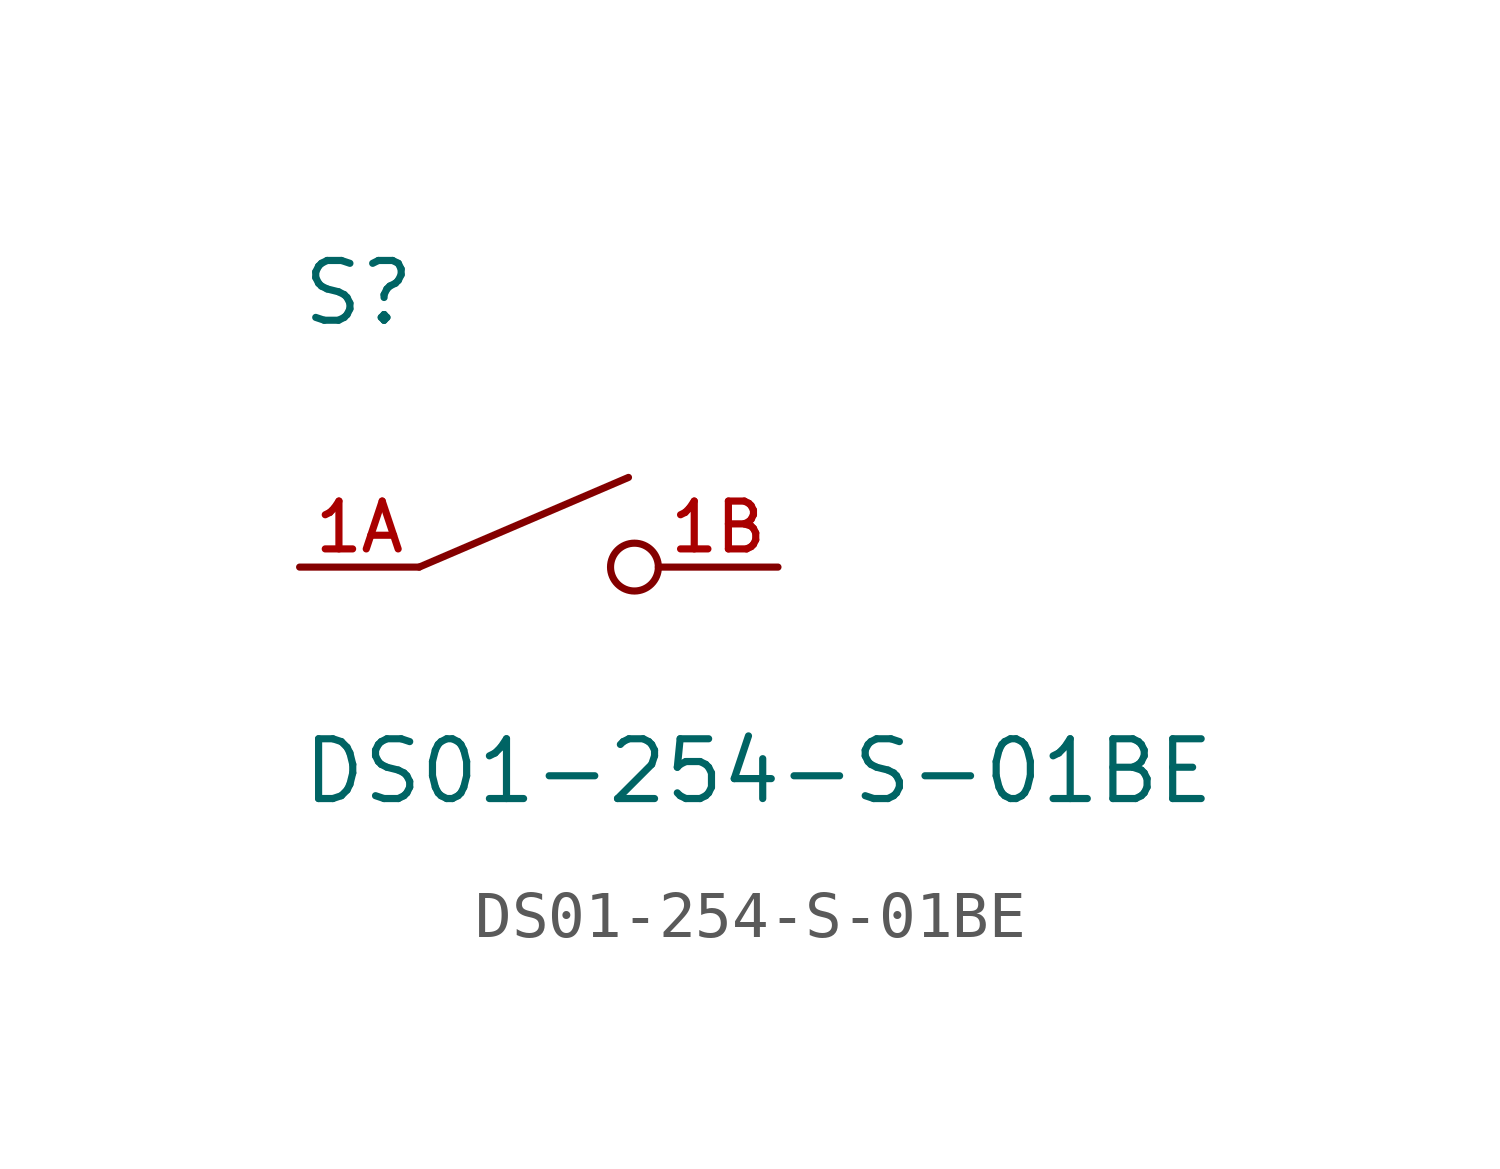
<source format=kicad_sym>
(kicad_symbol_lib
  (version 20220914)
  (generator kicad_symbol_editor)
  (symbol "DS01-254-S-01BE"
    (pin_names
      (offset 1.016))
    (property "Reference" "S"
      (at -5.08 5.08 0)
      (effects (font (size 1.27 1.27)) (justify left bottom)))
    (property "Value" "DS01-254-S-01BE"
      (at -5.08 -5.08 0)
      (effects (font (size 1.27 1.27)) (justify left bottom)))
    (symbol "DS01-254-S-01BE_0_0"
      (polyline (pts (xy -2.54 0) (xy 1.905 1.905)) (stroke (width 0.152) (type default)) (fill (type none)))
      (circle (center 2.032 0) (radius 0.508) (stroke (width 0.152) (type default)) (fill (type none))))
    (symbol "DS01-254-S-01BE_1_0"
      (pin passive line (at -5.08 0 0) (length 2.54) (name "~" (effects (font (size 1.016 1.016)))) (number "1A" (effects (font (size 1.016 1.016)))))
      (pin passive line (at 5.08 0 180) (length 2.54) (name "~" (effects (font (size 1.016 1.016)))) (number "1B" (effects (font (size 1.016 1.016))))))))
</source>
